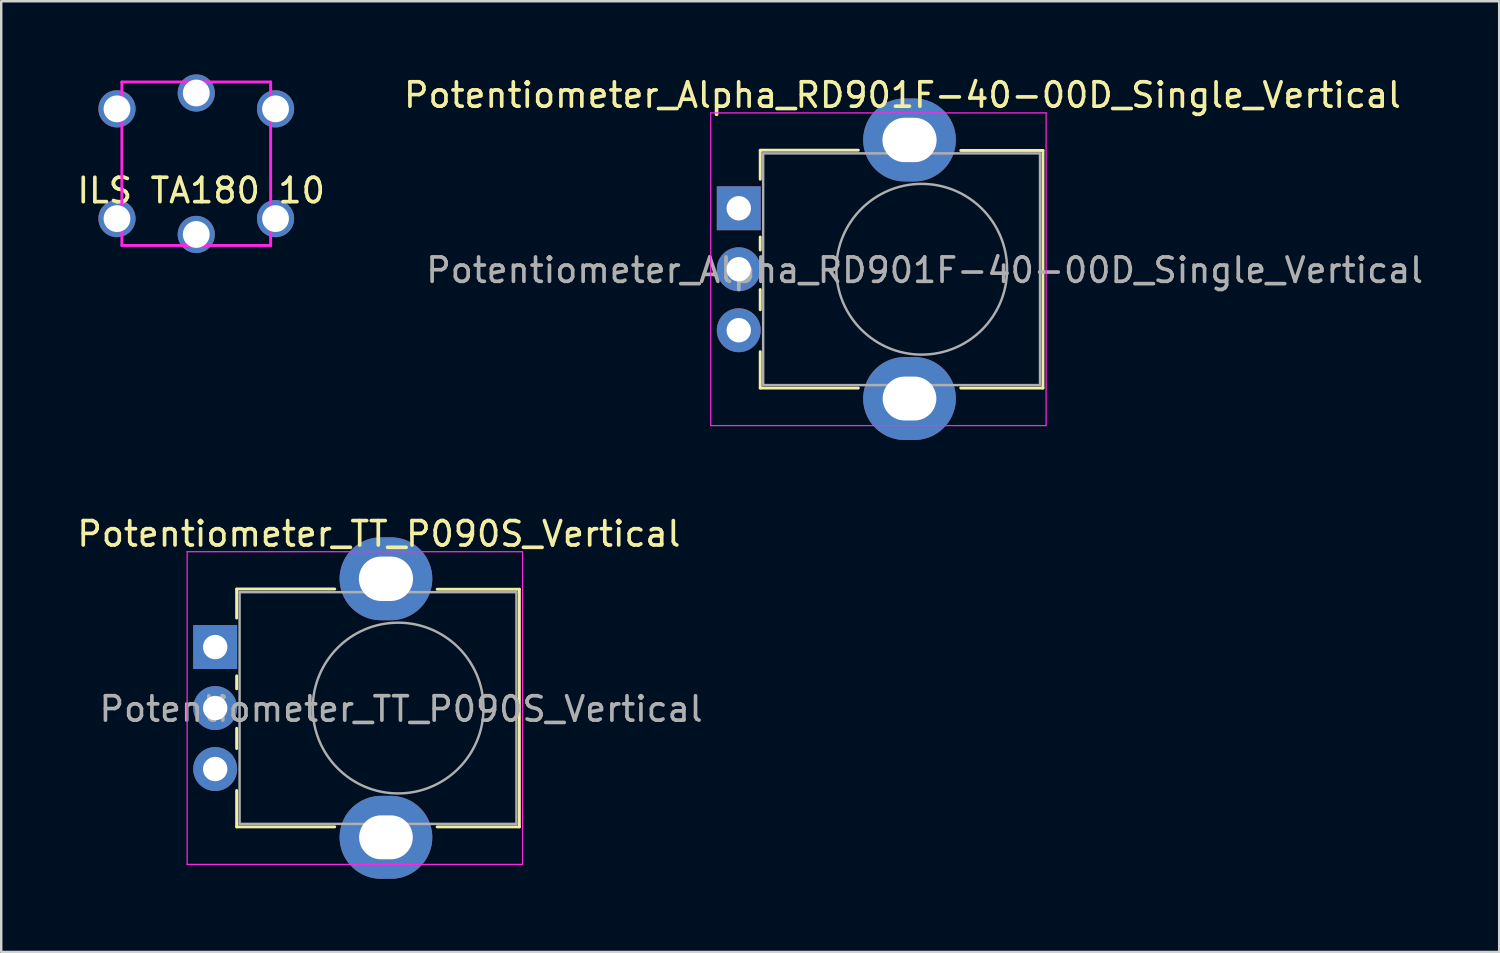
<source format=kicad_pcb>
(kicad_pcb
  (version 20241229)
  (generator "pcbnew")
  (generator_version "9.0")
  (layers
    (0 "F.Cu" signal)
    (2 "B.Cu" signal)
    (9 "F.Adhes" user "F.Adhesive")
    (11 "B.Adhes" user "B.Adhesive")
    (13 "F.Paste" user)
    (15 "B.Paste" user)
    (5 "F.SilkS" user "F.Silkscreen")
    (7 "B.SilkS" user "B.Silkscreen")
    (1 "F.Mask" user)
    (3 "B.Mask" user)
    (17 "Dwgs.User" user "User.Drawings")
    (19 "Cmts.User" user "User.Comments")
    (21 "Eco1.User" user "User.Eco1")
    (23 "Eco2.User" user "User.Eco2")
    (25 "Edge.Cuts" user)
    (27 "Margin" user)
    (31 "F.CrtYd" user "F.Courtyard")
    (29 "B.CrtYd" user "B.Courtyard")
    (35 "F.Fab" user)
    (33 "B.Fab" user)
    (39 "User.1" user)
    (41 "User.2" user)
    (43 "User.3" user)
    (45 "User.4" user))
  (footprint "Potentiometer_Alpha_RD901F-40-00D_Single_Vertical"
    (layer "F.Cu")
    (at 27.236 5.488)
    (property "Reference" "Potentiometer_Alpha_RD901F-40-00D_Single_Vertical" (at 6.71 -4.64 180) (layer "F.SilkS") (effects (font (size 1 1) (thickness 0.15))))
    (attr through_hole)
    (fp_line (start 0.88 -2.38) (end 4.9 -2.38) (stroke (width 0.12) (type solid)) (layer "F.SilkS"))
    (fp_line (start 0.88 -1.19) (end 0.88 -2.37) (stroke (width 0.12) (type solid)) (layer "F.SilkS"))
    (fp_line (start 0.88 1.71) (end 0.88 1.18) (stroke (width 0.12) (type solid)) (layer "F.SilkS"))
    (fp_line (start 0.88 4.16) (end 0.88 3.33) (stroke (width 0.12) (type solid)) (layer "F.SilkS"))
    (fp_line (start 0.88 7.37) (end 0.88 5.88) (stroke (width 0.12) (type solid)) (layer "F.SilkS"))
    (fp_line (start 0.88 7.37) (end 4.9 7.37) (stroke (width 0.12) (type solid)) (layer "F.SilkS"))
    (fp_line (start 9.1 -2.37) (end 12.47 -2.37) (stroke (width 0.12) (type solid)) (layer "F.SilkS"))
    (fp_line (start 9.1 7.37) (end 12.47 7.37) (stroke (width 0.12) (type solid)) (layer "F.SilkS"))
    (fp_line (start 12.47 7.37) (end 12.47 -2.37) (stroke (width 0.12) (type solid)) (layer "F.SilkS"))
    (fp_line (start -1.15 -3.91) (end -1.15 8.91) (stroke (width 0.05) (type solid)) (layer "F.CrtYd"))
    (fp_line (start -1.15 8.91) (end 12.6 8.91) (stroke (width 0.05) (type solid)) (layer "F.CrtYd"))
    (fp_line (start 12.6 -3.91) (end -1.15 -3.91) (stroke (width 0.05) (type solid)) (layer "F.CrtYd"))
    (fp_line (start 12.6 8.91) (end 12.6 -3.91) (stroke (width 0.05) (type solid)) (layer "F.CrtYd"))
    (fp_line (start 1 -2.25) (end 12.35 -2.25) (stroke (width 0.1) (type solid)) (layer "F.Fab"))
    (fp_line (start 1 7.25) (end 1 -2.25) (stroke (width 0.1) (type solid)) (layer "F.Fab"))
    (fp_line (start 1 7.25) (end 12.35 7.25) (stroke (width 0.1) (type solid)) (layer "F.Fab"))
    (fp_line (start 12.35 7.25) (end 12.35 -2.25) (stroke (width 0.1) (type solid)) (layer "F.Fab"))
    (fp_circle (center 7.5 2.5) (end 7.5 -1) (stroke (width 0.1) (type solid)) (fill no) (layer "F.Fab"))
    (fp_text user "${REFERENCE}" (at 7.62 2.54 0) (layer "F.Fab") (effects (font (size 1 1) (thickness 0.15))))
    (pad "" thru_hole oval (at 7 -2.8 90) (size 3.4 3.8) (drill oval 1.82 2.22) (layers "*.Cu" "*.Mask"))
    (pad "" thru_hole oval (at 7 7.8 90) (size 3.4 3.8) (drill oval 1.8 2.2) (layers "*.Cu" "*.Mask"))
    (pad "1" thru_hole rect (at 0 0 90) (size 1.8 1.8) (drill 1) (layers "*.Cu" "*.Mask"))
    (pad "2" thru_hole circle (at 0 2.5 90) (size 1.8 1.8) (drill 1) (layers "*.Cu" "*.Mask"))
    (pad "3" thru_hole circle (at 0 5 90) (size 1.8 1.8) (drill 1) (layers "*.Cu" "*.Mask")))
  (footprint "Potentiometer_TT_P090S_Vertical"
    (layer "F.Cu")
    (at 5.772 23.477)
    (property "Reference" "Potentiometer_TT_P090S_Vertical" (at 6.71 -4.64 180) (layer "F.SilkS") (effects (font (size 1 1) (thickness 0.15))))
    (attr through_hole)
    (fp_line (start 0.88 -2.38) (end 4.9 -2.38) (stroke (width 0.12) (type solid)) (layer "F.SilkS"))
    (fp_line (start 0.88 -1.19) (end 0.88 -2.37) (stroke (width 0.12) (type solid)) (layer "F.SilkS"))
    (fp_line (start 0.88 1.71) (end 0.88 1.18) (stroke (width 0.12) (type solid)) (layer "F.SilkS"))
    (fp_line (start 0.88 4.16) (end 0.88 3.33) (stroke (width 0.12) (type solid)) (layer "F.SilkS"))
    (fp_line (start 0.88 7.37) (end 0.88 5.88) (stroke (width 0.12) (type solid)) (layer "F.SilkS"))
    (fp_line (start 0.88 7.37) (end 4.9 7.37) (stroke (width 0.12) (type solid)) (layer "F.SilkS"))
    (fp_line (start 9.1 -2.37) (end 12.47 -2.37) (stroke (width 0.12) (type solid)) (layer "F.SilkS"))
    (fp_line (start 9.1 7.37) (end 12.47 7.37) (stroke (width 0.12) (type solid)) (layer "F.SilkS"))
    (fp_line (start 12.47 7.37) (end 12.47 -2.37) (stroke (width 0.12) (type solid)) (layer "F.SilkS"))
    (fp_line (start -1.15 -3.91) (end -1.15 8.91) (stroke (width 0.05) (type solid)) (layer "F.CrtYd"))
    (fp_line (start -1.15 8.91) (end 12.6 8.91) (stroke (width 0.05) (type solid)) (layer "F.CrtYd"))
    (fp_line (start 12.6 -3.91) (end -1.15 -3.91) (stroke (width 0.05) (type solid)) (layer "F.CrtYd"))
    (fp_line (start 12.6 8.91) (end 12.6 -3.91) (stroke (width 0.05) (type solid)) (layer "F.CrtYd"))
    (fp_line (start 1 -2.25) (end 12.35 -2.25) (stroke (width 0.1) (type solid)) (layer "F.Fab"))
    (fp_line (start 1 7.25) (end 1 -2.25) (stroke (width 0.1) (type solid)) (layer "F.Fab"))
    (fp_line (start 1 7.25) (end 12.35 7.25) (stroke (width 0.1) (type solid)) (layer "F.Fab"))
    (fp_line (start 12.35 7.25) (end 12.35 -2.25) (stroke (width 0.1) (type solid)) (layer "F.Fab"))
    (fp_circle (center 7.5 2.5) (end 7.5 -1) (stroke (width 0.1) (type solid)) (fill no) (layer "F.Fab"))
    (fp_text user "${REFERENCE}" (at 7.62 2.54 0) (layer "F.Fab") (effects (font (size 1 1) (thickness 0.15))))
    (pad "" thru_hole oval (at 7 -2.8 90) (size 3.4 3.8) (drill oval 1.82 2.22) (layers "*.Cu" "*.Mask"))
    (pad "" thru_hole oval (at 7 7.8 90) (size 3.4 3.8) (drill oval 1.8 2.2) (layers "*.Cu" "*.Mask"))
    (pad "1" thru_hole rect (at 0 0 90) (size 1.8 1.8) (drill 1) (layers "*.Cu" "*.Mask"))
    (pad "2" thru_hole circle (at 0 2.5 90) (size 1.8 1.8) (drill 1) (layers "*.Cu" "*.Mask"))
    (pad "3" thru_hole circle (at 0 5 90) (size 1.8 1.8) (drill 1) (layers "*.Cu" "*.Mask")))
  (footprint "ILS TA180 10"
    (layer "F.Cu")
    (at 4.996 3.662)
    (property "Reference" "ILS TA180 10" (at 0.2 1.1 0) (layer "F.SilkS") (effects (font (size 1 1) (thickness 0.15))))
    (attr through_hole)
    (fp_line (start -3.05 -3.35) (end -3.05 3.35) (stroke (width 0.12) (type solid)) (layer "F.CrtYd"))
    (fp_line (start 3.05 -3.35) (end -3.05 -3.35) (stroke (width 0.12) (type solid)) (layer "F.CrtYd"))
    (fp_line (start 3.05 -3.35) (end 3.05 3.35) (stroke (width 0.12) (type solid)) (layer "F.CrtYd"))
    (fp_line (start 3.05 3.35) (end -3.05 3.35) (stroke (width 0.12) (type solid)) (layer "F.CrtYd"))
    (pad "1" thru_hole circle (at -3.25 -2.25) (size 1.524 1.524) (drill 1.1) (layers "*.Cu" "*.Mask"))
    (pad "2" thru_hole circle (at 3.25 -2.25) (size 1.524 1.524) (drill 1.1) (layers "*.Cu" "*.Mask"))
    (pad "3" thru_hole circle (at -3.25 2.25) (size 1.524 1.524) (drill 1.1) (layers "*.Cu" "*.Mask"))
    (pad "4" thru_hole circle (at 3.25 2.25) (size 1.524 1.524) (drill 1.1) (layers "*.Cu" "*.Mask"))
    (pad "5" thru_hole circle (at 0 2.9) (size 1.524 1.524) (drill 1.1) (layers "*.Cu" "*.Mask"))
    (pad "6" thru_hole circle (at 0 -2.9) (size 1.524 1.524) (drill 1.1) (layers "*.Cu" "*.Mask")))
  (gr_rect
    (start -3 -3)
    (end 58.41 35.977)
    (stroke (width 0.1) (type default))
    (fill no)
    (layer "Edge.Cuts")))
</source>
